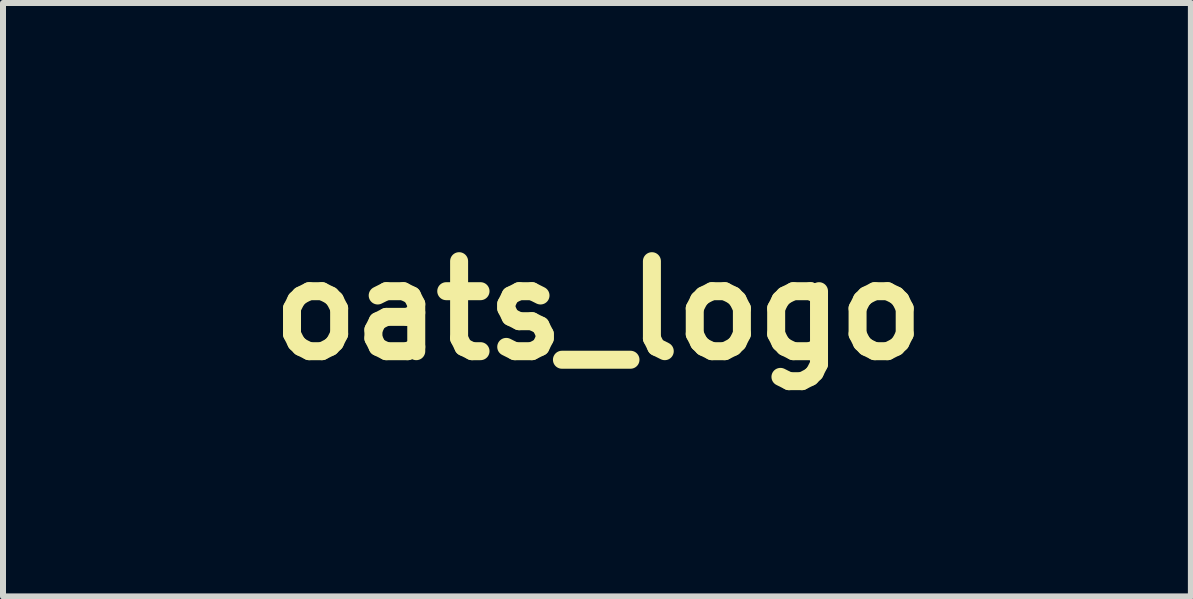
<source format=kicad_pcb>
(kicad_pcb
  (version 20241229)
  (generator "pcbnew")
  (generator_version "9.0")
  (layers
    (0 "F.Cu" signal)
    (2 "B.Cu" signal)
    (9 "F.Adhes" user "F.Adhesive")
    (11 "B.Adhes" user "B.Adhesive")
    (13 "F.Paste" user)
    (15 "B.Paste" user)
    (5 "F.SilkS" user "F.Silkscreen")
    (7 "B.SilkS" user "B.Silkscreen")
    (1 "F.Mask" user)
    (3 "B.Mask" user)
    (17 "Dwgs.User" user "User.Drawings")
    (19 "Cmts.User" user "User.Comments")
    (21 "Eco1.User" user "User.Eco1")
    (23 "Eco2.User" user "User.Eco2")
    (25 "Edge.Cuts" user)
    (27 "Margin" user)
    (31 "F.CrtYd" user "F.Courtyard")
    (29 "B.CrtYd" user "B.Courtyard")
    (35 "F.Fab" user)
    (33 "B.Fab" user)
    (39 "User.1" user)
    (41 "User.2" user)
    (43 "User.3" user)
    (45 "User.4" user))
  (footprint "oats_logo"
    (layer "F.Cu")
    (at 6.925 2.126)
    (property "Reference" "oats_logo" (at 0 0 0) (layer "F.SilkS") (effects (font (size 1.5 1.5) (thickness 0.3))))
    (attr board_only exclude_from_pos_files exclude_from_bom)
    (fp_poly (pts (xy 4.274 -2.025) (xy 4.265 -1.987) (xy 4.248 -1.916) (xy 4.224 -1.822) (xy 4.196 -1.715) (xy 4.167 -1.602) (xy 4.138 -1.492) (xy 4.112 -1.396) (xy 4.091 -1.321) (xy 4.078 -1.277) (xy 4.075 -1.269) (xy 4.053 -1.272) (xy 4.001 -1.285) (xy 3.965 -1.295) (xy 3.889 -1.314) (xy 3.782 -1.335) (xy 3.658 -1.356) (xy 3.532 -1.375) (xy 3.416 -1.39) (xy 3.324 -1.398) (xy 3.291 -1.4) (xy 3.21 -1.4) (xy 3.218 -0.063) (xy 3.22 0.218) (xy 3.221 0.458) (xy 3.223 0.659) (xy 3.225 0.826) (xy 3.227 0.963) (xy 3.23 1.073) (xy 3.233 1.161) (xy 3.238 1.23) (xy 3.243 1.285) (xy 3.25 1.329) (xy 3.258 1.365) (xy 3.267 1.399) (xy 3.278 1.434) (xy 3.278 1.434) (xy 3.305 1.521) (xy 3.329 1.597) (xy 3.342 1.645) (xy 3.343 1.646) (xy 3.355 1.698) (xy 2.762 1.695) (xy 2.599 1.694) (xy 2.448 1.692) (xy 2.318 1.689) (xy 2.214 1.687) (xy 2.144 1.684) (xy 2.115 1.681) (xy 2.077 1.665) (xy 2.077 1.633) (xy 2.092 1.592) (xy 2.115 1.523) (xy 2.141 1.446) (xy 2.151 1.413) (xy 2.16 1.379) (xy 2.167 1.341) (xy 2.173 1.294) (xy 2.178 1.236) (xy 2.182 1.161) (xy 2.186 1.066) (xy 2.188 0.947) (xy 2.191 0.8) (xy 2.192 0.623) (xy 2.194 0.409) (xy 2.196 0.157) (xy 2.197 -0.055) (xy 2.205 -1.407) (xy 1.9 -1.392) (xy 1.767 -1.383) (xy 1.631 -1.37) (xy 1.511 -1.355) (xy 1.423 -1.34) (xy 1.326 -1.32) (xy 1.235 -1.301) (xy 1.17 -1.287) (xy 1.168 -1.287) (xy 1.085 -1.269) (xy 1.184 -1.581) (xy 1.223 -1.702) (xy 1.259 -1.816) (xy 1.29 -1.91) (xy 1.312 -1.975) (xy 1.315 -1.985) (xy 1.347 -2.077) (xy 2.816 -2.082) (xy 4.284 -2.088)) (stroke (width 0) (type solid)) (fill yes) (layer "F.Mask"))
    (fp_poly (pts (xy 6.104 -2.102) (xy 6.382 -2.061) (xy 6.47 -2.042) (xy 6.57 -2.018) (xy 6.644 -1.997) (xy 6.697 -1.973) (xy 6.733 -1.938) (xy 6.754 -1.887) (xy 6.765 -1.813) (xy 6.769 -1.709) (xy 6.769 -1.569) (xy 6.769 -1.491) (xy 6.769 -1.057) (xy 6.589 -1.179) (xy 6.466 -1.258) (xy 6.366 -1.31) (xy 6.275 -1.34) (xy 6.182 -1.351) (xy 6.089 -1.349) (xy 6.003 -1.341) (xy 5.945 -1.325) (xy 5.899 -1.296) (xy 5.867 -1.266) (xy 5.821 -1.212) (xy 5.8 -1.159) (xy 5.795 -1.085) (xy 5.795 -1.081) (xy 5.8 -1.018) (xy 5.815 -0.96) (xy 5.844 -0.903) (xy 5.891 -0.839) (xy 5.961 -0.764) (xy 6.059 -0.673) (xy 6.187 -0.559) (xy 6.21 -0.538) (xy 6.395 -0.372) (xy 6.545 -0.222) (xy 6.661 -0.085) (xy 6.749 0.045) (xy 6.811 0.175) (xy 6.852 0.309) (xy 6.873 0.453) (xy 6.878 0.518) (xy 6.874 0.75) (xy 6.835 0.955) (xy 6.759 1.14) (xy 6.644 1.311) (xy 6.545 1.42) (xy 6.408 1.54) (xy 6.268 1.632) (xy 6.117 1.697) (xy 5.945 1.739) (xy 5.746 1.761) (xy 5.554 1.766) (xy 5.405 1.763) (xy 5.286 1.756) (xy 5.183 1.743) (xy 5.08 1.722) (xy 5.028 1.709) (xy 4.923 1.683) (xy 4.844 1.66) (xy 4.787 1.636) (xy 4.747 1.603) (xy 4.723 1.555) (xy 4.709 1.486) (xy 4.704 1.389) (xy 4.703 1.258) (xy 4.704 1.107) (xy 4.704 0.633) (xy 4.813 0.739) (xy 4.954 0.851) (xy 5.122 0.943) (xy 5.298 1.004) (xy 5.357 1.016) (xy 5.504 1.024) (xy 5.627 0.996) (xy 5.723 0.934) (xy 5.789 0.84) (xy 5.822 0.715) (xy 5.823 0.701) (xy 5.824 0.611) (xy 5.808 0.528) (xy 5.772 0.448) (xy 5.711 0.363) (xy 5.622 0.269) (xy 5.5 0.16) (xy 5.417 0.09) (xy 5.241 -0.067) (xy 5.083 -0.228) (xy 4.949 -0.386) (xy 4.848 -0.533) (xy 4.815 -0.593) (xy 4.777 -0.673) (xy 4.753 -0.744) (xy 4.74 -0.823) (xy 4.732 -0.926) (xy 4.731 -0.952) (xy 4.736 -1.166) (xy 4.775 -1.355) (xy 4.85 -1.526) (xy 4.964 -1.687) (xy 5.02 -1.749) (xy 5.188 -1.892) (xy 5.382 -1.999) (xy 5.601 -2.07) (xy 5.842 -2.104)) (stroke (width 0) (type solid)) (fill yes) (layer "F.Mask"))
    (fp_poly (pts (xy -0.776 -2.083) (xy -0.361 -2.077) (xy -0.252 -1.79) (xy -0.218 -1.7) (xy -0.168 -1.575) (xy -0.105 -1.421) (xy -0.032 -1.241) (xy 0.05 -1.041) (xy 0.138 -0.826) (xy 0.231 -0.6) (xy 0.327 -0.369) (xy 0.424 -0.137) (xy 0.519 0.092) (xy 0.611 0.311) (xy 0.697 0.517) (xy 0.777 0.704) (xy 0.846 0.868) (xy 0.904 1.004) (xy 0.949 1.106) (xy 0.977 1.168) (xy 1.032 1.28) (xy 1.093 1.395) (xy 1.15 1.495) (xy 1.171 1.529) (xy 1.215 1.6) (xy 1.247 1.656) (xy 1.262 1.684) (xy 1.262 1.686) (xy 1.24 1.69) (xy 1.18 1.693) (xy 1.089 1.695) (xy 0.974 1.697) (xy 0.843 1.697) (xy 0.703 1.697) (xy 0.562 1.697) (xy 0.428 1.695) (xy 0.306 1.693) (xy 0.206 1.691) (xy 0.134 1.687) (xy 0.098 1.683) (xy 0.098 1.683) (xy 0.062 1.665) (xy 0.048 1.625) (xy 0.046 1.582) (xy 0.036 1.51) (xy 0.007 1.397) (xy -0.041 1.244) (xy -0.109 1.051) (xy -0.164 0.901) (xy -0.218 0.757) (xy -0.816 0.757) (xy -1.413 0.757) (xy -1.533 1.123) (xy -1.581 1.278) (xy -1.618 1.412) (xy -1.642 1.517) (xy -1.652 1.588) (xy -1.652 1.594) (xy -1.652 1.698) (xy -2.163 1.695) (xy -2.315 1.694) (xy -2.455 1.691) (xy -2.574 1.688) (xy -2.667 1.684) (xy -2.724 1.68) (xy -2.735 1.678) (xy -2.797 1.664) (xy -2.715 1.537) (xy -2.68 1.481) (xy -2.643 1.416) (xy -2.603 1.339) (xy -2.558 1.248) (xy -2.507 1.139) (xy -2.448 1.008) (xy -2.38 0.853) (xy -2.301 0.67) (xy -2.211 0.456) (xy -2.107 0.208) (xy -2.042 0.051) (xy -1.17 0.051) (xy -1.149 0.057) (xy -1.089 0.063) (xy -0.999 0.066) (xy -0.887 0.069) (xy -0.824 0.069) (xy -0.478 0.069) (xy -0.494 -0.006) (xy -0.507 -0.051) (xy -0.534 -0.131) (xy -0.571 -0.236) (xy -0.616 -0.358) (xy -0.655 -0.462) (xy -0.704 -0.59) (xy -0.747 -0.708) (xy -0.783 -0.806) (xy -0.807 -0.877) (xy -0.817 -0.909) (xy -0.824 -0.924) (xy -0.835 -0.92) (xy -0.852 -0.892) (xy -0.875 -0.837) (xy -0.907 -0.75) (xy -0.949 -0.627) (xy -1.002 -0.47) (xy -1.05 -0.326) (xy -1.092 -0.197) (xy -1.128 -0.088) (xy -1.153 -0.007) (xy -1.168 0.041) (xy -1.17 0.051) (xy -2.042 0.051) (xy -1.988 -0.078) (xy -1.92 -0.241) (xy -1.795 -0.545) (xy -1.685 -0.81) (xy -1.591 -1.038) (xy -1.511 -1.233) (xy -1.443 -1.398) (xy -1.387 -1.536) (xy -1.342 -1.65) (xy -1.305 -1.742) (xy -1.277 -1.816) (xy -1.255 -1.876) (xy -1.238 -1.923) (xy -1.226 -1.961) (xy -1.217 -1.991) (xy -1.191 -2.089)) (stroke (width 0) (type solid)) (fill yes) (layer "F.Mask"))
    (fp_poly (pts (xy -4.719 -2.124) (xy -4.409 -2.081) (xy -4.118 -2) (xy -3.85 -1.881) (xy -3.606 -1.726) (xy -3.388 -1.534) (xy -3.282 -1.415) (xy -3.13 -1.197) (xy -3.015 -0.958) (xy -2.946 -0.74) (xy -2.902 -0.509) (xy -2.885 -0.262) (xy -2.892 -0.01) (xy -2.922 0.235) (xy -2.976 0.464) (xy -3.051 0.665) (xy -3.064 0.69) (xy -3.215 0.942) (xy -3.4 1.163) (xy -3.616 1.353) (xy -3.86 1.509) (xy -4.128 1.628) (xy -4.41 1.707) (xy -4.527 1.724) (xy -4.674 1.736) (xy -4.839 1.741) (xy -5.009 1.741) (xy -5.172 1.735) (xy -5.313 1.724) (xy -5.412 1.708) (xy -5.69 1.632) (xy -5.935 1.528) (xy -6.156 1.392) (xy -6.36 1.22) (xy -6.454 1.125) (xy -6.625 0.907) (xy -6.758 0.668) (xy -6.852 0.405) (xy -6.907 0.117) (xy -6.923 -0.075) (xy -6.925 -0.31) (xy -6.922 -0.348) (xy -5.845 -0.348) (xy -5.844 -0.135) (xy -5.829 -0.004) (xy -5.77 0.215) (xy -5.672 0.414) (xy -5.539 0.591) (xy -5.376 0.741) (xy -5.188 0.861) (xy -4.977 0.947) (xy -4.749 0.997) (xy -4.592 1.008) (xy -4.446 1.01) (xy -4.531 0.916) (xy -4.632 0.787) (xy -4.739 0.624) (xy -4.846 0.436) (xy -4.948 0.232) (xy -5.039 0.022) (xy -5.098 -0.138) (xy -5.126 -0.221) (xy -5.159 -0.327) (xy -5.194 -0.446) (xy -5.23 -0.568) (xy -5.263 -0.686) (xy -5.291 -0.789) (xy -5.312 -0.87) (xy -5.322 -0.92) (xy -5.323 -0.928) (xy -5.315 -0.926) (xy -5.292 -0.886) (xy -5.256 -0.813) (xy -5.211 -0.712) (xy -5.157 -0.589) (xy -5.098 -0.448) (xy -5.093 -0.436) (xy -5.002 -0.224) (xy -4.914 -0.043) (xy -4.82 0.125) (xy -4.713 0.292) (xy -4.644 0.392) (xy -4.571 0.499) (xy -4.499 0.615) (xy -4.437 0.72) (xy -4.409 0.774) (xy -4.369 0.851) (xy -4.335 0.909) (xy -4.312 0.939) (xy -4.309 0.941) (xy -4.282 0.921) (xy -4.243 0.869) (xy -4.197 0.793) (xy -4.15 0.703) (xy -4.107 0.61) (xy -4.075 0.526) (xy -4.02 0.322) (xy -3.985 0.108) (xy -3.971 -0.104) (xy -3.979 -0.305) (xy -4.007 -0.483) (xy -4.037 -0.579) (xy -4.142 -0.791) (xy -4.282 -0.975) (xy -4.455 -1.13) (xy -4.656 -1.252) (xy -4.883 -1.337) (xy -4.903 -1.343) (xy -4.99 -1.361) (xy -5.102 -1.378) (xy -5.218 -1.39) (xy -5.244 -1.392) (xy -5.452 -1.406) (xy -5.527 -1.317) (xy -5.625 -1.17) (xy -5.709 -0.989) (xy -5.775 -0.785) (xy -5.821 -0.568) (xy -5.845 -0.348) (xy -6.922 -0.348) (xy -6.91 -0.516) (xy -6.874 -0.707) (xy -6.816 -0.898) (xy -6.816 -0.899) (xy -6.753 -1.057) (xy -6.679 -1.197) (xy -6.586 -1.331) (xy -6.468 -1.469) (xy -6.378 -1.563) (xy -6.28 -1.659) (xy -6.2 -1.731) (xy -6.126 -1.787) (xy -6.045 -1.836) (xy -5.944 -1.889) (xy -5.919 -1.901) (xy -5.697 -1.999) (xy -5.484 -2.066) (xy -5.261 -2.108) (xy -5.048 -2.126)) (stroke (width 0) (type solid)) (fill yes) (layer "F.Mask")))
  (gr_rect
    (start -3 -3)
    (end 16.803 6.892)
    (stroke (width 0.1) (type default))
    (fill no)
    (layer "Edge.Cuts")))
</source>
